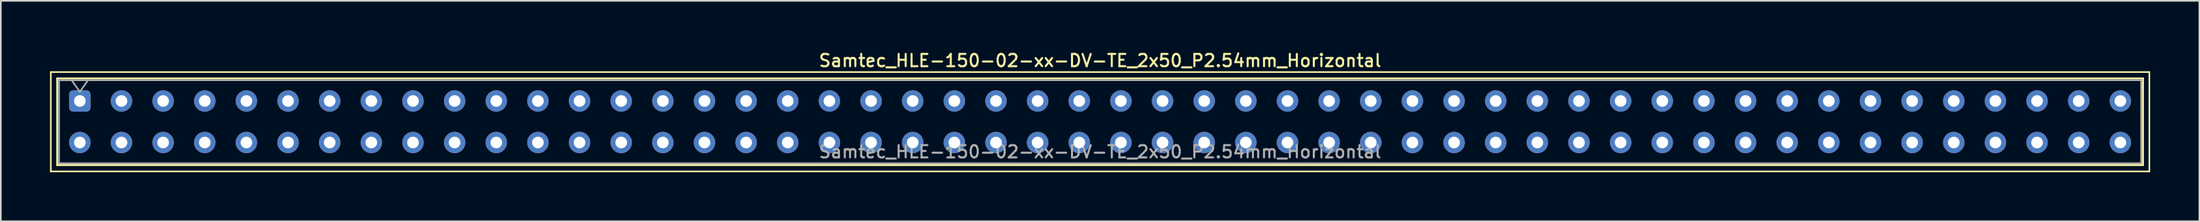
<source format=kicad_pcb>
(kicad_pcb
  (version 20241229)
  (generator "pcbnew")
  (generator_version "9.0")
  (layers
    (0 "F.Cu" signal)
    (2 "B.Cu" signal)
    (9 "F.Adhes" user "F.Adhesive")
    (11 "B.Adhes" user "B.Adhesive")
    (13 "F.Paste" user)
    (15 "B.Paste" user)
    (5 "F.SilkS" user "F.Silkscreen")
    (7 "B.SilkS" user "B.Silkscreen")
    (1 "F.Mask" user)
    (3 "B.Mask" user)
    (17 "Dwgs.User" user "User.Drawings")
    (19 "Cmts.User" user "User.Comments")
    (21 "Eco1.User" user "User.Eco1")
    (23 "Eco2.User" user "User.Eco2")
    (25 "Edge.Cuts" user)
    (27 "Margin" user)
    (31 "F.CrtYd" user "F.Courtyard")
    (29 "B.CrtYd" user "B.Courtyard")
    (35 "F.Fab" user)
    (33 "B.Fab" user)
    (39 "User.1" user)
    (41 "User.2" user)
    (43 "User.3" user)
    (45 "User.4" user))
  (footprint "Samtec_HLE-150-02-xx-DV-TE_2x50_P2.54mm_Horizontal"
    (layer "F.Cu")
    (at 1.82 3.128)
    (property "Reference" "Samtec_HLE-150-02-xx-DV-TE_2x50_P2.54mm_Horizontal" (at 62.23 -2.47 0) (layer "F.SilkS") (effects (font (size 0.75 0.75) (thickness 0.125))))
    (attr through_hole)
    (fp_line (start -1.77 -1.77) (end 126.23 -1.77) (stroke (width 0.1) (type solid)) (layer "F.SilkS"))
    (fp_line (start -1.77 4.31) (end -1.77 -1.77) (stroke (width 0.1) (type solid)) (layer "F.SilkS"))
    (fp_line (start -1.38 -1.38) (end 125.84 -1.38) (stroke (width 0.12) (type solid)) (layer "F.SilkS"))
    (fp_line (start -1.38 3.92) (end -1.38 -1.38) (stroke (width 0.12) (type solid)) (layer "F.SilkS"))
    (fp_line (start 125.84 -1.38) (end 125.84 3.92) (stroke (width 0.12) (type solid)) (layer "F.SilkS"))
    (fp_line (start 125.84 3.92) (end -1.38 3.92) (stroke (width 0.12) (type solid)) (layer "F.SilkS"))
    (fp_line (start 126.23 -1.77) (end 126.23 4.31) (stroke (width 0.1) (type solid)) (layer "F.SilkS"))
    (fp_line (start 126.23 4.31) (end -1.77 4.31) (stroke (width 0.1) (type solid)) (layer "F.SilkS"))
    (fp_line (start -1.27 -1.27) (end 125.73 -1.27) (stroke (width 0.1) (type solid)) (layer "F.Fab"))
    (fp_line (start -1.27 3.81) (end -1.27 -1.27) (stroke (width 0.1) (type solid)) (layer "F.Fab"))
    (fp_line (start -0.5 -1.27) (end 0 -0.563) (stroke (width 0.1) (type solid)) (layer "F.Fab"))
    (fp_line (start 0 -0.563) (end 0.5 -1.27) (stroke (width 0.1) (type solid)) (layer "F.Fab"))
    (fp_line (start 125.73 -1.27) (end 125.73 3.81) (stroke (width 0.1) (type solid)) (layer "F.Fab"))
    (fp_line (start 125.73 3.81) (end -1.27 3.81) (stroke (width 0.1) (type solid)) (layer "F.Fab"))
    (fp_text user "${REFERENCE}" (at 62.23 3.11 0) (layer "F.Fab") (effects (font (size 0.75 0.75) (thickness 0.125))))
    (pad "1" thru_hole roundrect (at 0 0) (size 1.31 1.31) (drill 0.71) (layers "*.Cu" "*.Mask") (roundrect_rratio 0.191))
    (pad "2" thru_hole circle (at 0 2.54) (size 1.31 1.31) (drill 0.71) (layers "*.Cu" "*.Mask"))
    (pad "3" thru_hole circle (at 2.54 0) (size 1.31 1.31) (drill 0.71) (layers "*.Cu" "*.Mask"))
    (pad "4" thru_hole circle (at 2.54 2.54) (size 1.31 1.31) (drill 0.71) (layers "*.Cu" "*.Mask"))
    (pad "5" thru_hole circle (at 5.08 0) (size 1.31 1.31) (drill 0.71) (layers "*.Cu" "*.Mask"))
    (pad "6" thru_hole circle (at 5.08 2.54) (size 1.31 1.31) (drill 0.71) (layers "*.Cu" "*.Mask"))
    (pad "7" thru_hole circle (at 7.62 0) (size 1.31 1.31) (drill 0.71) (layers "*.Cu" "*.Mask"))
    (pad "8" thru_hole circle (at 7.62 2.54) (size 1.31 1.31) (drill 0.71) (layers "*.Cu" "*.Mask"))
    (pad "9" thru_hole circle (at 10.16 0) (size 1.31 1.31) (drill 0.71) (layers "*.Cu" "*.Mask"))
    (pad "10" thru_hole circle (at 10.16 2.54) (size 1.31 1.31) (drill 0.71) (layers "*.Cu" "*.Mask"))
    (pad "11" thru_hole circle (at 12.7 0) (size 1.31 1.31) (drill 0.71) (layers "*.Cu" "*.Mask"))
    (pad "12" thru_hole circle (at 12.7 2.54) (size 1.31 1.31) (drill 0.71) (layers "*.Cu" "*.Mask"))
    (pad "13" thru_hole circle (at 15.24 0) (size 1.31 1.31) (drill 0.71) (layers "*.Cu" "*.Mask"))
    (pad "14" thru_hole circle (at 15.24 2.54) (size 1.31 1.31) (drill 0.71) (layers "*.Cu" "*.Mask"))
    (pad "15" thru_hole circle (at 17.78 0) (size 1.31 1.31) (drill 0.71) (layers "*.Cu" "*.Mask"))
    (pad "16" thru_hole circle (at 17.78 2.54) (size 1.31 1.31) (drill 0.71) (layers "*.Cu" "*.Mask"))
    (pad "17" thru_hole circle (at 20.32 0) (size 1.31 1.31) (drill 0.71) (layers "*.Cu" "*.Mask"))
    (pad "18" thru_hole circle (at 20.32 2.54) (size 1.31 1.31) (drill 0.71) (layers "*.Cu" "*.Mask"))
    (pad "19" thru_hole circle (at 22.86 0) (size 1.31 1.31) (drill 0.71) (layers "*.Cu" "*.Mask"))
    (pad "20" thru_hole circle (at 22.86 2.54) (size 1.31 1.31) (drill 0.71) (layers "*.Cu" "*.Mask"))
    (pad "21" thru_hole circle (at 25.4 0) (size 1.31 1.31) (drill 0.71) (layers "*.Cu" "*.Mask"))
    (pad "22" thru_hole circle (at 25.4 2.54) (size 1.31 1.31) (drill 0.71) (layers "*.Cu" "*.Mask"))
    (pad "23" thru_hole circle (at 27.94 0) (size 1.31 1.31) (drill 0.71) (layers "*.Cu" "*.Mask"))
    (pad "24" thru_hole circle (at 27.94 2.54) (size 1.31 1.31) (drill 0.71) (layers "*.Cu" "*.Mask"))
    (pad "25" thru_hole circle (at 30.48 0) (size 1.31 1.31) (drill 0.71) (layers "*.Cu" "*.Mask"))
    (pad "26" thru_hole circle (at 30.48 2.54) (size 1.31 1.31) (drill 0.71) (layers "*.Cu" "*.Mask"))
    (pad "27" thru_hole circle (at 33.02 0) (size 1.31 1.31) (drill 0.71) (layers "*.Cu" "*.Mask"))
    (pad "28" thru_hole circle (at 33.02 2.54) (size 1.31 1.31) (drill 0.71) (layers "*.Cu" "*.Mask"))
    (pad "29" thru_hole circle (at 35.56 0) (size 1.31 1.31) (drill 0.71) (layers "*.Cu" "*.Mask"))
    (pad "30" thru_hole circle (at 35.56 2.54) (size 1.31 1.31) (drill 0.71) (layers "*.Cu" "*.Mask"))
    (pad "31" thru_hole circle (at 38.1 0) (size 1.31 1.31) (drill 0.71) (layers "*.Cu" "*.Mask"))
    (pad "32" thru_hole circle (at 38.1 2.54) (size 1.31 1.31) (drill 0.71) (layers "*.Cu" "*.Mask"))
    (pad "33" thru_hole circle (at 40.64 0) (size 1.31 1.31) (drill 0.71) (layers "*.Cu" "*.Mask"))
    (pad "34" thru_hole circle (at 40.64 2.54) (size 1.31 1.31) (drill 0.71) (layers "*.Cu" "*.Mask"))
    (pad "35" thru_hole circle (at 43.18 0) (size 1.31 1.31) (drill 0.71) (layers "*.Cu" "*.Mask"))
    (pad "36" thru_hole circle (at 43.18 2.54) (size 1.31 1.31) (drill 0.71) (layers "*.Cu" "*.Mask"))
    (pad "37" thru_hole circle (at 45.72 0) (size 1.31 1.31) (drill 0.71) (layers "*.Cu" "*.Mask"))
    (pad "38" thru_hole circle (at 45.72 2.54) (size 1.31 1.31) (drill 0.71) (layers "*.Cu" "*.Mask"))
    (pad "39" thru_hole circle (at 48.26 0) (size 1.31 1.31) (drill 0.71) (layers "*.Cu" "*.Mask"))
    (pad "40" thru_hole circle (at 48.26 2.54) (size 1.31 1.31) (drill 0.71) (layers "*.Cu" "*.Mask"))
    (pad "41" thru_hole circle (at 50.8 0) (size 1.31 1.31) (drill 0.71) (layers "*.Cu" "*.Mask"))
    (pad "42" thru_hole circle (at 50.8 2.54) (size 1.31 1.31) (drill 0.71) (layers "*.Cu" "*.Mask"))
    (pad "43" thru_hole circle (at 53.34 0) (size 1.31 1.31) (drill 0.71) (layers "*.Cu" "*.Mask"))
    (pad "44" thru_hole circle (at 53.34 2.54) (size 1.31 1.31) (drill 0.71) (layers "*.Cu" "*.Mask"))
    (pad "45" thru_hole circle (at 55.88 0) (size 1.31 1.31) (drill 0.71) (layers "*.Cu" "*.Mask"))
    (pad "46" thru_hole circle (at 55.88 2.54) (size 1.31 1.31) (drill 0.71) (layers "*.Cu" "*.Mask"))
    (pad "47" thru_hole circle (at 58.42 0) (size 1.31 1.31) (drill 0.71) (layers "*.Cu" "*.Mask"))
    (pad "48" thru_hole circle (at 58.42 2.54) (size 1.31 1.31) (drill 0.71) (layers "*.Cu" "*.Mask"))
    (pad "49" thru_hole circle (at 60.96 0) (size 1.31 1.31) (drill 0.71) (layers "*.Cu" "*.Mask"))
    (pad "50" thru_hole circle (at 60.96 2.54) (size 1.31 1.31) (drill 0.71) (layers "*.Cu" "*.Mask"))
    (pad "51" thru_hole circle (at 63.5 0) (size 1.31 1.31) (drill 0.71) (layers "*.Cu" "*.Mask"))
    (pad "52" thru_hole circle (at 63.5 2.54) (size 1.31 1.31) (drill 0.71) (layers "*.Cu" "*.Mask"))
    (pad "53" thru_hole circle (at 66.04 0) (size 1.31 1.31) (drill 0.71) (layers "*.Cu" "*.Mask"))
    (pad "54" thru_hole circle (at 66.04 2.54) (size 1.31 1.31) (drill 0.71) (layers "*.Cu" "*.Mask"))
    (pad "55" thru_hole circle (at 68.58 0) (size 1.31 1.31) (drill 0.71) (layers "*.Cu" "*.Mask"))
    (pad "56" thru_hole circle (at 68.58 2.54) (size 1.31 1.31) (drill 0.71) (layers "*.Cu" "*.Mask"))
    (pad "57" thru_hole circle (at 71.12 0) (size 1.31 1.31) (drill 0.71) (layers "*.Cu" "*.Mask"))
    (pad "58" thru_hole circle (at 71.12 2.54) (size 1.31 1.31) (drill 0.71) (layers "*.Cu" "*.Mask"))
    (pad "59" thru_hole circle (at 73.66 0) (size 1.31 1.31) (drill 0.71) (layers "*.Cu" "*.Mask"))
    (pad "60" thru_hole circle (at 73.66 2.54) (size 1.31 1.31) (drill 0.71) (layers "*.Cu" "*.Mask"))
    (pad "61" thru_hole circle (at 76.2 0) (size 1.31 1.31) (drill 0.71) (layers "*.Cu" "*.Mask"))
    (pad "62" thru_hole circle (at 76.2 2.54) (size 1.31 1.31) (drill 0.71) (layers "*.Cu" "*.Mask"))
    (pad "63" thru_hole circle (at 78.74 0) (size 1.31 1.31) (drill 0.71) (layers "*.Cu" "*.Mask"))
    (pad "64" thru_hole circle (at 78.74 2.54) (size 1.31 1.31) (drill 0.71) (layers "*.Cu" "*.Mask"))
    (pad "65" thru_hole circle (at 81.28 0) (size 1.31 1.31) (drill 0.71) (layers "*.Cu" "*.Mask"))
    (pad "66" thru_hole circle (at 81.28 2.54) (size 1.31 1.31) (drill 0.71) (layers "*.Cu" "*.Mask"))
    (pad "67" thru_hole circle (at 83.82 0) (size 1.31 1.31) (drill 0.71) (layers "*.Cu" "*.Mask"))
    (pad "68" thru_hole circle (at 83.82 2.54) (size 1.31 1.31) (drill 0.71) (layers "*.Cu" "*.Mask"))
    (pad "69" thru_hole circle (at 86.36 0) (size 1.31 1.31) (drill 0.71) (layers "*.Cu" "*.Mask"))
    (pad "70" thru_hole circle (at 86.36 2.54) (size 1.31 1.31) (drill 0.71) (layers "*.Cu" "*.Mask"))
    (pad "71" thru_hole circle (at 88.9 0) (size 1.31 1.31) (drill 0.71) (layers "*.Cu" "*.Mask"))
    (pad "72" thru_hole circle (at 88.9 2.54) (size 1.31 1.31) (drill 0.71) (layers "*.Cu" "*.Mask"))
    (pad "73" thru_hole circle (at 91.44 0) (size 1.31 1.31) (drill 0.71) (layers "*.Cu" "*.Mask"))
    (pad "74" thru_hole circle (at 91.44 2.54) (size 1.31 1.31) (drill 0.71) (layers "*.Cu" "*.Mask"))
    (pad "75" thru_hole circle (at 93.98 0) (size 1.31 1.31) (drill 0.71) (layers "*.Cu" "*.Mask"))
    (pad "76" thru_hole circle (at 93.98 2.54) (size 1.31 1.31) (drill 0.71) (layers "*.Cu" "*.Mask"))
    (pad "77" thru_hole circle (at 96.52 0) (size 1.31 1.31) (drill 0.71) (layers "*.Cu" "*.Mask"))
    (pad "78" thru_hole circle (at 96.52 2.54) (size 1.31 1.31) (drill 0.71) (layers "*.Cu" "*.Mask"))
    (pad "79" thru_hole circle (at 99.06 0) (size 1.31 1.31) (drill 0.71) (layers "*.Cu" "*.Mask"))
    (pad "80" thru_hole circle (at 99.06 2.54) (size 1.31 1.31) (drill 0.71) (layers "*.Cu" "*.Mask"))
    (pad "81" thru_hole circle (at 101.6 0) (size 1.31 1.31) (drill 0.71) (layers "*.Cu" "*.Mask"))
    (pad "82" thru_hole circle (at 101.6 2.54) (size 1.31 1.31) (drill 0.71) (layers "*.Cu" "*.Mask"))
    (pad "83" thru_hole circle (at 104.14 0) (size 1.31 1.31) (drill 0.71) (layers "*.Cu" "*.Mask"))
    (pad "84" thru_hole circle (at 104.14 2.54) (size 1.31 1.31) (drill 0.71) (layers "*.Cu" "*.Mask"))
    (pad "85" thru_hole circle (at 106.68 0) (size 1.31 1.31) (drill 0.71) (layers "*.Cu" "*.Mask"))
    (pad "86" thru_hole circle (at 106.68 2.54) (size 1.31 1.31) (drill 0.71) (layers "*.Cu" "*.Mask"))
    (pad "87" thru_hole circle (at 109.22 0) (size 1.31 1.31) (drill 0.71) (layers "*.Cu" "*.Mask"))
    (pad "88" thru_hole circle (at 109.22 2.54) (size 1.31 1.31) (drill 0.71) (layers "*.Cu" "*.Mask"))
    (pad "89" thru_hole circle (at 111.76 0) (size 1.31 1.31) (drill 0.71) (layers "*.Cu" "*.Mask"))
    (pad "90" thru_hole circle (at 111.76 2.54) (size 1.31 1.31) (drill 0.71) (layers "*.Cu" "*.Mask"))
    (pad "91" thru_hole circle (at 114.3 0) (size 1.31 1.31) (drill 0.71) (layers "*.Cu" "*.Mask"))
    (pad "92" thru_hole circle (at 114.3 2.54) (size 1.31 1.31) (drill 0.71) (layers "*.Cu" "*.Mask"))
    (pad "93" thru_hole circle (at 116.84 0) (size 1.31 1.31) (drill 0.71) (layers "*.Cu" "*.Mask"))
    (pad "94" thru_hole circle (at 116.84 2.54) (size 1.31 1.31) (drill 0.71) (layers "*.Cu" "*.Mask"))
    (pad "95" thru_hole circle (at 119.38 0) (size 1.31 1.31) (drill 0.71) (layers "*.Cu" "*.Mask"))
    (pad "96" thru_hole circle (at 119.38 2.54) (size 1.31 1.31) (drill 0.71) (layers "*.Cu" "*.Mask"))
    (pad "97" thru_hole circle (at 121.92 0) (size 1.31 1.31) (drill 0.71) (layers "*.Cu" "*.Mask"))
    (pad "98" thru_hole circle (at 121.92 2.54) (size 1.31 1.31) (drill 0.71) (layers "*.Cu" "*.Mask"))
    (pad "99" thru_hole circle (at 124.46 0) (size 1.31 1.31) (drill 0.71) (layers "*.Cu" "*.Mask"))
    (pad "100" thru_hole circle (at 124.46 2.54) (size 1.31 1.31) (drill 0.71) (layers "*.Cu" "*.Mask")))
  (gr_rect
    (start -3 -3)
    (end 131.1 10.488)
    (stroke (width 0.1) (type default))
    (fill no)
    (layer "Edge.Cuts")))
</source>
